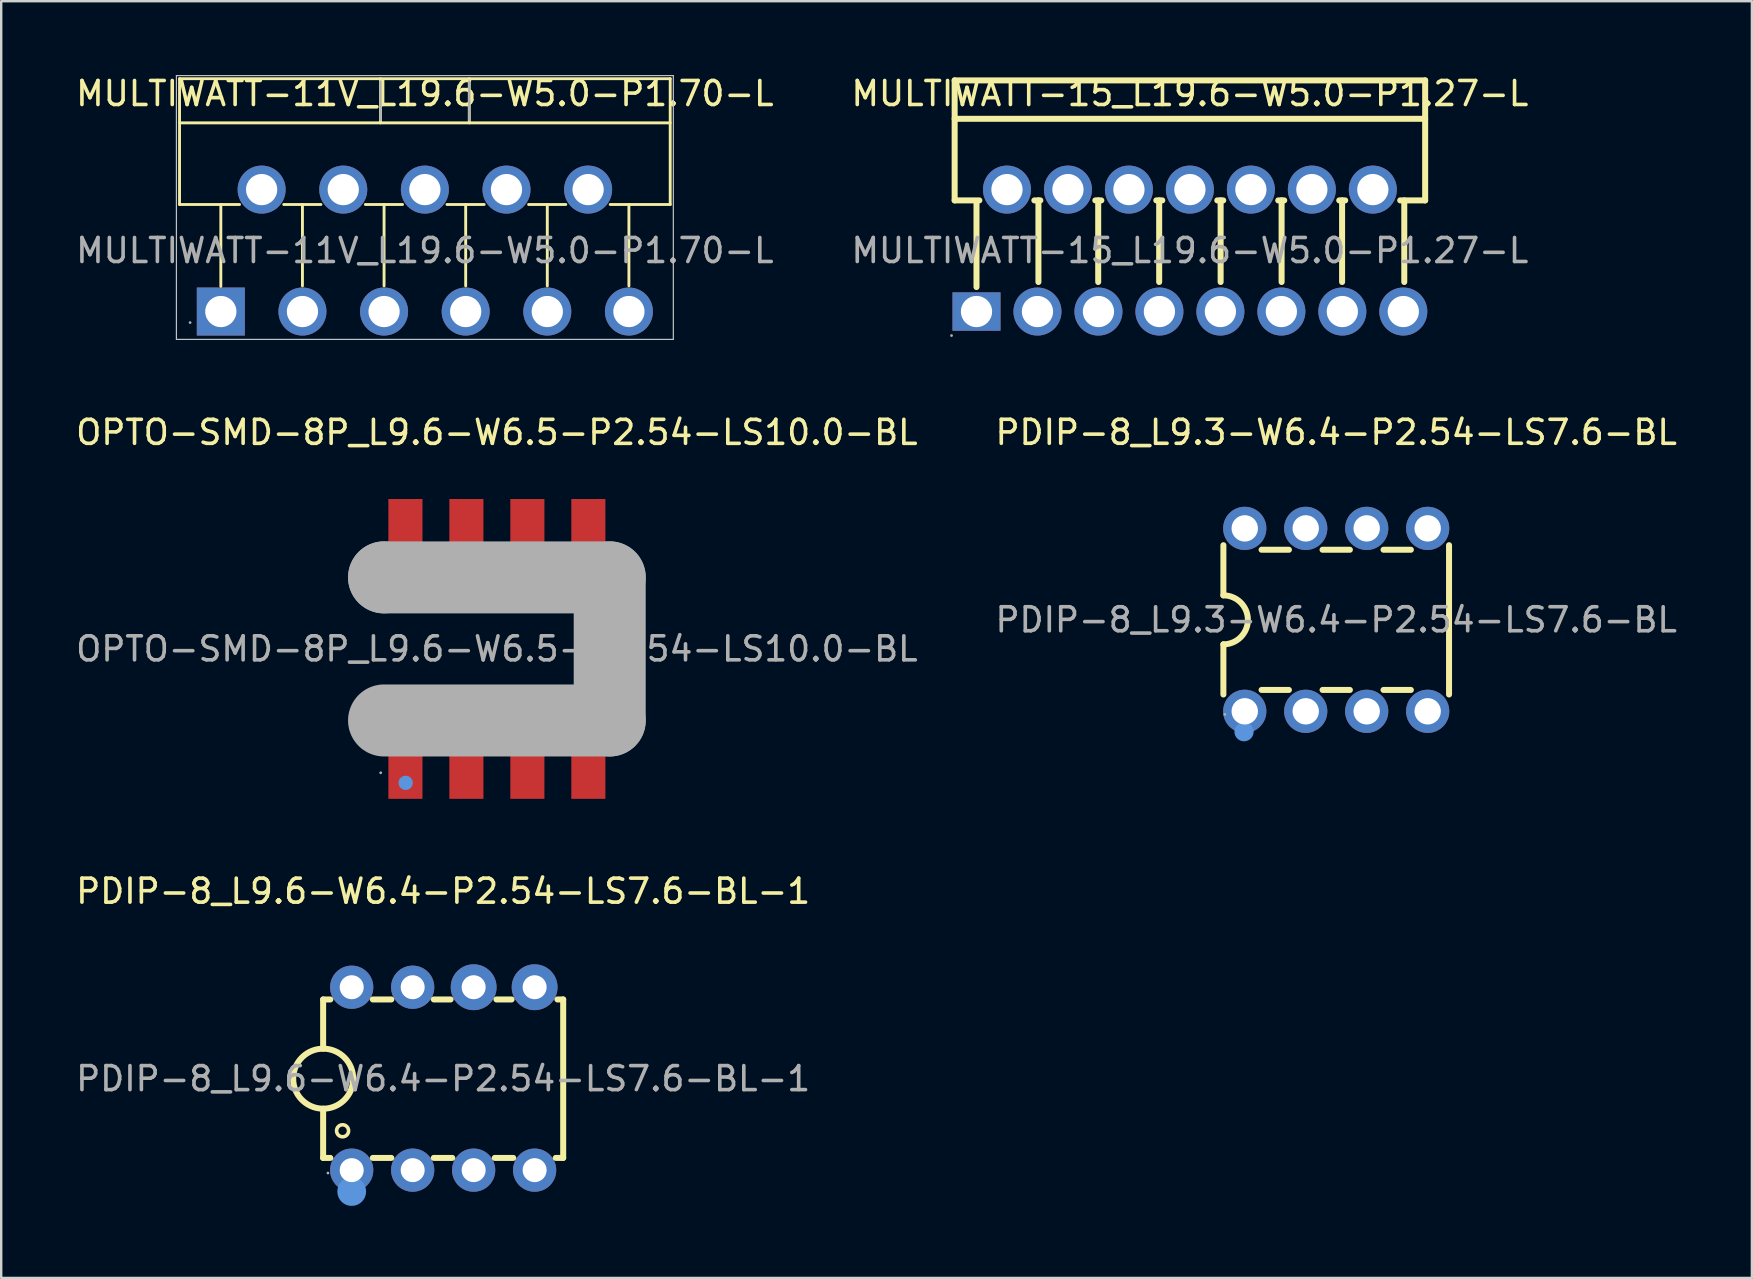
<source format=kicad_pcb>
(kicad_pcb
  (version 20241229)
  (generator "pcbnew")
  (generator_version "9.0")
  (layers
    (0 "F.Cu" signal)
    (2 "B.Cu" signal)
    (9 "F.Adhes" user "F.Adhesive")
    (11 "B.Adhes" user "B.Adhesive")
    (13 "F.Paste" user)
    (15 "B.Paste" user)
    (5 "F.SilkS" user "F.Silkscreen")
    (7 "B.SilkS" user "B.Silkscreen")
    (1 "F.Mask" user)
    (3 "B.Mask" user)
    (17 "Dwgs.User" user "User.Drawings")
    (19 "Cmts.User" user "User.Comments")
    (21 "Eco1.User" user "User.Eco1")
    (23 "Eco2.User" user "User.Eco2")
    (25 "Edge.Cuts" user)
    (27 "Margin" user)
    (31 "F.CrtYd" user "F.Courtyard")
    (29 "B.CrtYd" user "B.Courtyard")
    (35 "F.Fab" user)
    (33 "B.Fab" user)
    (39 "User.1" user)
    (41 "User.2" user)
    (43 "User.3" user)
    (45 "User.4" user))
  (footprint "OPTO-SMD-8P_L9.6-W6.5-P2.54-LS10.0-BL"
    (layer "F.Cu")
    (at 17.649 23.982)
    (property "Reference" "OPTO-SMD-8P_L9.6-W6.5-P2.54-LS10.0-BL" (at 0 -9.02 0) (layer "F.SilkS") (effects (font (size 1 1) (thickness 0.15))))
    (attr through_hole)
    (fp_circle (center -4.96 3.49) (end -4.81 3.49) (stroke (width 0.3) (type solid)) (fill no) (layer "F.SilkS"))
    (fp_circle (center -3.8 5.58) (end -3.65 5.58) (stroke (width 0.3) (type solid)) (fill no) (layer "Cmts.User"))
    (fp_line (start -4.7 -2.98) (end -4.7 -2.98) (stroke (width 3) (type solid)) (layer "F.Fab"))
    (fp_line (start -4.7 -2.98) (end 4.7 -2.98) (stroke (width 3) (type solid)) (layer "F.Fab"))
    (fp_line (start 4.7 -2.98) (end 4.7 2.98) (stroke (width 3) (type solid)) (layer "F.Fab"))
    (fp_line (start 4.7 2.98) (end -4.7 2.98) (stroke (width 3) (type solid)) (layer "F.Fab"))
    (fp_circle (center -4.84 5.16) (end -4.81 5.16) (stroke (width 0.06) (type solid)) (fill no) (layer "F.Fab"))
    (fp_text user "${REFERENCE}" (at 0 0 0) (layer "F.Fab") (effects (font (size 1 1) (thickness 0.15))))
    (pad "1" smd rect (at -3.81 5.02) (size 1.42 2.45) (layers "F.Cu" "F.Mask" "F.Paste"))
    (pad "2" smd rect (at -1.27 5.02) (size 1.42 2.45) (layers "F.Cu" "F.Mask" "F.Paste"))
    (pad "3" smd rect (at 1.27 5.02) (size 1.42 2.45) (layers "F.Cu" "F.Mask" "F.Paste"))
    (pad "4" smd rect (at 3.81 5.02) (size 1.42 2.45) (layers "F.Cu" "F.Mask" "F.Paste"))
    (pad "5" smd rect (at 3.81 -5.02) (size 1.42 2.45) (layers "F.Cu" "F.Mask" "F.Paste"))
    (pad "6" smd rect (at 1.27 -5.02) (size 1.42 2.45) (layers "F.Cu" "F.Mask" "F.Paste"))
    (pad "7" smd rect (at -1.27 -5.02) (size 1.42 2.45) (layers "F.Cu" "F.Mask" "F.Paste"))
    (pad "8" smd rect (at -3.81 -5.02) (size 1.42 2.45) (layers "F.Cu" "F.Mask" "F.Paste")))
  (footprint "MULTIWATT-15_L19.6-W5.0-P1.27-L"
    (layer "F.Cu")
    (at 46.518 7.388)
    (property "Reference" "MULTIWATT-15_L19.6-W5.0-P1.27-L" (at 0 -6.54 0) (layer "F.SilkS") (effects (font (size 1 1) (thickness 0.15))))
    (attr through_hole)
    (fp_line (start -9.8 -7.09) (end 9.8 -7.09) (stroke (width 0.25) (type solid)) (layer "F.SilkS"))
    (fp_line (start -9.8 -5.49) (end 9.8 -5.49) (stroke (width 0.25) (type solid)) (layer "F.SilkS"))
    (fp_line (start -9.8 -2.09) (end -9.8 -7.09) (stroke (width 0.25) (type solid)) (layer "F.SilkS"))
    (fp_line (start -8.89 1.52) (end -8.89 -1.96) (stroke (width 0.25) (type solid)) (layer "F.SilkS"))
    (fp_line (start -8.77 -2.09) (end -9.8 -2.09) (stroke (width 0.25) (type solid)) (layer "F.SilkS"))
    (fp_line (start -6.31 -2.09) (end -6.31 1.31) (stroke (width 0.25) (type solid)) (layer "F.SilkS"))
    (fp_line (start -6.23 -2.09) (end -6.48 -2.09) (stroke (width 0.25) (type solid)) (layer "F.SilkS"))
    (fp_line (start -3.82 -2.09) (end -3.82 1.31) (stroke (width 0.25) (type solid)) (layer "F.SilkS"))
    (fp_line (start -3.69 -2.09) (end -3.94 -2.09) (stroke (width 0.25) (type solid)) (layer "F.SilkS"))
    (fp_line (start -1.28 -2.09) (end -1.28 1.31) (stroke (width 0.25) (type solid)) (layer "F.SilkS"))
    (fp_line (start -1.15 -2.09) (end -1.4 -2.09) (stroke (width 0.25) (type solid)) (layer "F.SilkS"))
    (fp_line (start 1.28 -2.09) (end 1.28 1.31) (stroke (width 0.25) (type solid)) (layer "F.SilkS"))
    (fp_line (start 1.39 -2.09) (end 1.14 -2.09) (stroke (width 0.25) (type solid)) (layer "F.SilkS"))
    (fp_line (start 3.82 -2.09) (end 3.82 1.31) (stroke (width 0.25) (type solid)) (layer "F.SilkS"))
    (fp_line (start 3.93 -2.09) (end 3.68 -2.09) (stroke (width 0.25) (type solid)) (layer "F.SilkS"))
    (fp_line (start 6.34 -2.09) (end 6.34 1.31) (stroke (width 0.25) (type solid)) (layer "F.SilkS"))
    (fp_line (start 6.47 -2.09) (end 6.22 -2.09) (stroke (width 0.25) (type solid)) (layer "F.SilkS"))
    (fp_line (start 8.93 -2.09) (end 8.93 1.31) (stroke (width 0.25) (type solid)) (layer "F.SilkS"))
    (fp_line (start 9.8 -7.09) (end 9.8 -2.09) (stroke (width 0.25) (type solid)) (layer "F.SilkS"))
    (fp_line (start 9.8 -2.09) (end 8.76 -2.09) (stroke (width 0.25) (type solid)) (layer "F.SilkS"))
    (fp_circle (center -9.93 3.54) (end -9.9 3.54) (stroke (width 0.06) (type solid)) (fill no) (layer "F.Fab"))
    (fp_circle (center -8.89 2.54) (end -8.61 2.54) (stroke (width 0.55) (type solid)) (fill no) (layer "F.Fab"))
    (fp_circle (center -7.62 -2.54) (end -7.34 -2.54) (stroke (width 0.55) (type solid)) (fill no) (layer "F.Fab"))
    (fp_circle (center -6.35 2.54) (end -6.07 2.54) (stroke (width 0.55) (type solid)) (fill no) (layer "F.Fab"))
    (fp_circle (center -5.08 -2.54) (end -4.8 -2.54) (stroke (width 0.55) (type solid)) (fill no) (layer "F.Fab"))
    (fp_circle (center -3.81 2.54) (end -3.53 2.54) (stroke (width 0.55) (type solid)) (fill no) (layer "F.Fab"))
    (fp_circle (center -2.54 -2.54) (end -2.26 -2.54) (stroke (width 0.55) (type solid)) (fill no) (layer "F.Fab"))
    (fp_circle (center -1.27 2.54) (end -0.99 2.54) (stroke (width 0.55) (type solid)) (fill no) (layer "F.Fab"))
    (fp_circle (center 0 -2.54) (end 0.28 -2.54) (stroke (width 0.55) (type solid)) (fill no) (layer "F.Fab"))
    (fp_circle (center 1.27 2.54) (end 1.55 2.54) (stroke (width 0.55) (type solid)) (fill no) (layer "F.Fab"))
    (fp_circle (center 2.54 -2.54) (end 2.82 -2.54) (stroke (width 0.55) (type solid)) (fill no) (layer "F.Fab"))
    (fp_circle (center 3.81 2.54) (end 4.09 2.54) (stroke (width 0.55) (type solid)) (fill no) (layer "F.Fab"))
    (fp_circle (center 5.08 -2.54) (end 5.36 -2.54) (stroke (width 0.55) (type solid)) (fill no) (layer "F.Fab"))
    (fp_circle (center 6.35 2.54) (end 6.63 2.54) (stroke (width 0.55) (type solid)) (fill no) (layer "F.Fab"))
    (fp_circle (center 7.62 -2.54) (end 7.9 -2.54) (stroke (width 0.55) (type solid)) (fill no) (layer "F.Fab"))
    (fp_circle (center 8.89 2.54) (end 9.17 2.54) (stroke (width 0.55) (type solid)) (fill no) (layer "F.Fab"))
    (fp_text user "${REFERENCE}" (at 0 0 0) (layer "F.Fab") (effects (font (size 1 1) (thickness 0.15))))
    (pad "1" thru_hole rect (at -8.89 2.54) (size 2 1.6) (drill 1.3) (layers "*.Cu" "*.Paste" "*.Mask"))
    (pad "2" thru_hole circle (at -7.62 -2.54) (size 2 2) (drill 1.3) (layers "*.Cu" "*.Paste" "*.Mask"))
    (pad "3" thru_hole circle (at -6.35 2.54) (size 2 2) (drill 1.3) (layers "*.Cu" "*.Paste" "*.Mask"))
    (pad "4" thru_hole circle (at -5.08 -2.54) (size 2 2) (drill 1.3) (layers "*.Cu" "*.Paste" "*.Mask"))
    (pad "5" thru_hole circle (at -3.81 2.54) (size 2 2) (drill 1.3) (layers "*.Cu" "*.Paste" "*.Mask"))
    (pad "6" thru_hole circle (at -2.54 -2.54) (size 2 2) (drill 1.3) (layers "*.Cu" "*.Paste" "*.Mask"))
    (pad "7" thru_hole circle (at -1.27 2.54) (size 2 2) (drill 1.3) (layers "*.Cu" "*.Paste" "*.Mask"))
    (pad "8" thru_hole circle (at 0 -2.54) (size 2 2) (drill 1.3) (layers "*.Cu" "*.Paste" "*.Mask"))
    (pad "9" thru_hole circle (at 1.27 2.54) (size 2 2) (drill 1.3) (layers "*.Cu" "*.Paste" "*.Mask"))
    (pad "10" thru_hole circle (at 2.54 -2.54) (size 2 2) (drill 1.3) (layers "*.Cu" "*.Paste" "*.Mask"))
    (pad "11" thru_hole circle (at 3.81 2.54) (size 2 2) (drill 1.3) (layers "*.Cu" "*.Paste" "*.Mask"))
    (pad "12" thru_hole circle (at 5.08 -2.54) (size 2 2) (drill 1.3) (layers "*.Cu" "*.Paste" "*.Mask"))
    (pad "13" thru_hole circle (at 6.35 2.54) (size 2 2) (drill 1.3) (layers "*.Cu" "*.Paste" "*.Mask"))
    (pad "14" thru_hole circle (at 7.62 -2.54) (size 2 2) (drill 1.3) (layers "*.Cu" "*.Paste" "*.Mask"))
    (pad "15" thru_hole circle (at 8.89 2.54) (size 2 2) (drill 1.3) (layers "*.Cu" "*.Paste" "*.Mask")))
  (footprint "PDIP-8_L9.3-W6.4-P2.54-LS7.6-BL"
    (layer "F.Cu")
    (at 52.613 22.771)
    (property "Reference" "PDIP-8_L9.3-W6.4-P2.54-LS7.6-BL" (at 0 -7.81 0) (layer "F.SilkS") (effects (font (size 1 1) (thickness 0.15))))
    (attr through_hole)
    (fp_line (start -4.7 -1.02) (end -4.7 -3.11) (stroke (width 0.25) (type solid)) (layer "F.SilkS"))
    (fp_line (start -4.7 1.02) (end -4.7 3.11) (stroke (width 0.25) (type solid)) (layer "F.SilkS"))
    (fp_line (start -3.11 -2.92) (end -1.97 -2.92) (stroke (width 0.25) (type solid)) (layer "F.SilkS"))
    (fp_line (start -3.11 2.92) (end -1.97 2.92) (stroke (width 0.25) (type solid)) (layer "F.SilkS"))
    (fp_line (start -0.57 -2.92) (end 0.57 -2.92) (stroke (width 0.25) (type solid)) (layer "F.SilkS"))
    (fp_line (start -0.57 2.92) (end 0.57 2.92) (stroke (width 0.25) (type solid)) (layer "F.SilkS"))
    (fp_line (start 1.97 -2.92) (end 3.11 -2.92) (stroke (width 0.25) (type solid)) (layer "F.SilkS"))
    (fp_line (start 1.97 2.92) (end 3.11 2.92) (stroke (width 0.25) (type solid)) (layer "F.SilkS"))
    (fp_line (start 4.7 -3.11) (end 4.7 3.11) (stroke (width 0.25) (type solid)) (layer "F.SilkS"))
    (fp_arc (start -4.7 -1.02) (mid -3.68 0) (end -4.7 1.02) (stroke (width 0.25) (type solid)) (layer "F.SilkS"))
    (fp_circle (center -3.84 4.66) (end -3.64 4.66) (stroke (width 0.4) (type solid)) (fill no) (layer "Cmts.User"))
    (fp_circle (center -4.64 3.94) (end -4.61 3.94) (stroke (width 0.06) (type solid)) (fill no) (layer "F.Fab"))
    (fp_circle (center -3.81 -3.67) (end -3.68 -3.67) (stroke (width 0.26) (type solid)) (fill no) (layer "F.Fab"))
    (fp_circle (center -3.81 3.68) (end -3.68 3.68) (stroke (width 0.26) (type solid)) (fill no) (layer "F.Fab"))
    (fp_circle (center -1.27 -3.67) (end -1.14 -3.67) (stroke (width 0.26) (type solid)) (fill no) (layer "F.Fab"))
    (fp_circle (center -1.27 3.68) (end -1.14 3.68) (stroke (width 0.26) (type solid)) (fill no) (layer "F.Fab"))
    (fp_circle (center 1.27 -3.67) (end 1.4 -3.67) (stroke (width 0.26) (type solid)) (fill no) (layer "F.Fab"))
    (fp_circle (center 1.27 3.68) (end 1.4 3.68) (stroke (width 0.26) (type solid)) (fill no) (layer "F.Fab"))
    (fp_circle (center 3.81 -3.67) (end 3.94 -3.67) (stroke (width 0.26) (type solid)) (fill no) (layer "F.Fab"))
    (fp_circle (center 3.81 3.68) (end 3.94 3.68) (stroke (width 0.26) (type solid)) (fill no) (layer "F.Fab"))
    (fp_text user "${REFERENCE}" (at 0 0 0) (layer "F.Fab") (effects (font (size 1 1) (thickness 0.15))))
    (pad "1" thru_hole circle (at -3.81 3.81 90) (size 1.8 1.8) (drill 1.1) (layers "*.Cu" "*.Paste" "*.Mask"))
    (pad "2" thru_hole circle (at -1.27 3.81 90) (size 1.8 1.8) (drill 1.1) (layers "*.Cu" "*.Paste" "*.Mask"))
    (pad "3" thru_hole circle (at 1.27 3.81 90) (size 1.8 1.8) (drill 1.1) (layers "*.Cu" "*.Paste" "*.Mask"))
    (pad "4" thru_hole circle (at 3.81 3.81 90) (size 1.8 1.8) (drill 1.1) (layers "*.Cu" "*.Paste" "*.Mask"))
    (pad "5" thru_hole circle (at 3.81 -3.81 90) (size 1.8 1.8) (drill 1.1) (layers "*.Cu" "*.Paste" "*.Mask"))
    (pad "6" thru_hole circle (at 1.27 -3.81 90) (size 1.8 1.8) (drill 1.1) (layers "*.Cu" "*.Paste" "*.Mask"))
    (pad "7" thru_hole circle (at -1.27 -3.81 90) (size 1.8 1.8) (drill 1.1) (layers "*.Cu" "*.Paste" "*.Mask"))
    (pad "8" thru_hole circle (at -3.81 -3.81 90) (size 1.8 1.8) (drill 1.1) (layers "*.Cu" "*.Paste" "*.Mask")))
  (footprint "PDIP-8_L9.6-W6.4-P2.54-LS7.6-BL-1"
    (layer "F.Cu")
    (at 15.411 41.885)
    (property "Reference" "PDIP-8_L9.6-W6.4-P2.54-LS7.6-BL-1" (at 0 -7.81 0) (layer "F.SilkS") (effects (font (size 1 1) (thickness 0.15))))
    (attr through_hole)
    (fp_line (start -5 -3.3) (end -5 -1.25) (stroke (width 0.25) (type solid)) (layer "F.SilkS"))
    (fp_line (start -5 -3.3) (end -4.7 -3.3) (stroke (width 0.25) (type solid)) (layer "F.SilkS"))
    (fp_line (start -5 3.3) (end -5 1.25) (stroke (width 0.25) (type solid)) (layer "F.SilkS"))
    (fp_line (start -5 3.3) (end -4.7 3.3) (stroke (width 0.25) (type solid)) (layer "F.SilkS"))
    (fp_line (start -2.93 -3.3) (end -2.16 -3.3) (stroke (width 0.25) (type solid)) (layer "F.SilkS"))
    (fp_line (start -2.93 3.3) (end -2.16 3.3) (stroke (width 0.25) (type solid)) (layer "F.SilkS"))
    (fp_line (start -0.39 -3.3) (end 0.31 -3.3) (stroke (width 0.25) (type solid)) (layer "F.SilkS"))
    (fp_line (start -0.39 3.3) (end 0.38 3.3) (stroke (width 0.25) (type solid)) (layer "F.SilkS"))
    (fp_line (start 2.15 3.3) (end 2.92 3.3) (stroke (width 0.25) (type solid)) (layer "F.SilkS"))
    (fp_line (start 2.22 -3.3) (end 2.85 -3.3) (stroke (width 0.25) (type solid)) (layer "F.SilkS"))
    (fp_line (start 4.69 3.3) (end 5 3.3) (stroke (width 0.25) (type solid)) (layer "F.SilkS"))
    (fp_line (start 4.76 -3.3) (end 5 -3.3) (stroke (width 0.25) (type solid)) (layer "F.SilkS"))
    (fp_line (start 5 -3.3) (end 5 3.3) (stroke (width 0.25) (type solid)) (layer "F.SilkS"))
    (fp_arc (start -5.031814 1.249635) (mid -4.979092 -1.249865) (end -5.01 1.25) (stroke (width 0.25) (type solid)) (layer "F.SilkS"))
    (fp_arc (start -3.94 2.17) (mid -4.43995 2.174996) (end -3.9402 2.160011) (stroke (width 0.15) (type solid)) (layer "F.SilkS"))
    (fp_circle (center -3.81 4.7) (end -3.51 4.7) (stroke (width 0.6) (type solid)) (fill no) (layer "Cmts.User"))
    (fp_circle (center -4.8 3.93) (end -4.77 3.93) (stroke (width 0.06) (type solid)) (fill no) (layer "F.Fab"))
    (fp_text user "${REFERENCE}" (at 0 0 0) (layer "F.Fab") (effects (font (size 1 1) (thickness 0.15))))
    (pad "1" thru_hole circle (at -3.81 3.81) (size 1.8 1.8) (drill 1) (layers "*.Cu" "*.Paste" "*.Mask"))
    (pad "2" thru_hole circle (at -1.27 3.81) (size 1.8 1.8) (drill 1) (layers "*.Cu" "*.Paste" "*.Mask"))
    (pad "3" thru_hole circle (at 1.27 3.81) (size 1.8 1.8) (drill 1) (layers "*.Cu" "*.Paste" "*.Mask"))
    (pad "4" thru_hole circle (at 3.81 3.81) (size 1.8 1.8) (drill 1) (layers "*.Cu" "*.Paste" "*.Mask"))
    (pad "5" thru_hole circle (at 3.81 -3.81) (size 1.91 1.91) (drill 1) (layers "*.Cu" "*.Paste" "*.Mask"))
    (pad "6" thru_hole circle (at 1.27 -3.81) (size 1.91 1.91) (drill 1) (layers "*.Cu" "*.Paste" "*.Mask"))
    (pad "7" thru_hole circle (at -1.27 -3.81) (size 1.8 1.8) (drill 1) (layers "*.Cu" "*.Paste" "*.Mask"))
    (pad "8" thru_hole circle (at -3.81 -3.81) (size 1.8 1.8) (drill 1) (layers "*.Cu" "*.Paste" "*.Mask")))
  (footprint "MULTIWATT-11V_L19.6-W5.0-P1.70-L"
    (layer "F.Cu")
    (at 14.649 7.388)
    (property "Reference" "MULTIWATT-11V_L19.6-W5.0-P1.70-L" (at 0 -6.54 0) (layer "F.SilkS") (effects (font (size 1 1) (thickness 0.15))))
    (attr through_hole)
    (fp_line (start -10.22 -7.16) (end 10.22 -7.16) (stroke (width 0.12) (type solid)) (layer "F.SilkS"))
    (fp_line (start -10.22 -5.32) (end 10.22 -5.32) (stroke (width 0.12) (type solid)) (layer "F.SilkS"))
    (fp_line (start -10.22 -1.92) (end -10.22 -7.16) (stroke (width 0.12) (type solid)) (layer "F.SilkS"))
    (fp_line (start -8.5 -1.92) (end -8.5 1.49) (stroke (width 0.12) (type solid)) (layer "F.SilkS"))
    (fp_line (start -7.72 -1.92) (end -10.22 -1.92) (stroke (width 0.12) (type solid)) (layer "F.SilkS"))
    (fp_line (start -5.88 -1.92) (end -4.33 -1.92) (stroke (width 0.12) (type solid)) (layer "F.SilkS"))
    (fp_line (start -5.1 -1.92) (end -5.1 1.47) (stroke (width 0.12) (type solid)) (layer "F.SilkS"))
    (fp_line (start -2.48 -1.92) (end -0.93 -1.92) (stroke (width 0.12) (type solid)) (layer "F.SilkS"))
    (fp_line (start -1.85 -7.16) (end -1.85 -5.32) (stroke (width 0.12) (type solid)) (layer "F.SilkS"))
    (fp_line (start -1.7 -1.92) (end -1.7 1.47) (stroke (width 0.12) (type solid)) (layer "F.SilkS"))
    (fp_line (start 0.92 -1.92) (end 2.47 -1.92) (stroke (width 0.12) (type solid)) (layer "F.SilkS"))
    (fp_line (start 1.7 -1.92) (end 1.7 1.47) (stroke (width 0.12) (type solid)) (layer "F.SilkS"))
    (fp_line (start 1.85 -7.16) (end 1.85 -5.32) (stroke (width 0.12) (type solid)) (layer "F.SilkS"))
    (fp_line (start 4.32 -1.92) (end 5.87 -1.92) (stroke (width 0.12) (type solid)) (layer "F.SilkS"))
    (fp_line (start 5.1 -1.92) (end 5.1 1.47) (stroke (width 0.12) (type solid)) (layer "F.SilkS"))
    (fp_line (start 8.5 -1.92) (end 8.5 1.47) (stroke (width 0.12) (type solid)) (layer "F.SilkS"))
    (fp_line (start 10.22 -7.16) (end 10.22 -1.92) (stroke (width 0.12) (type solid)) (layer "F.SilkS"))
    (fp_line (start 10.22 -1.92) (end 7.72 -1.92) (stroke (width 0.12) (type solid)) (layer "F.SilkS"))
    (fp_line (start -10.35 -7.29) (end -10.35 3.7) (stroke (width 0.05) (type solid)) (layer "Dwgs.User"))
    (fp_line (start -10.35 3.7) (end 10.35 3.7) (stroke (width 0.05) (type solid)) (layer "Dwgs.User"))
    (fp_line (start 10.35 -7.29) (end -10.35 -7.29) (stroke (width 0.05) (type solid)) (layer "Dwgs.User"))
    (fp_line (start 10.35 3.7) (end 10.35 -7.29) (stroke (width 0.05) (type solid)) (layer "Dwgs.User"))
    (fp_line (start -1.85 -7.04) (end -1.85 -5.44) (stroke (width 0.1) (type solid)) (layer "F.Fab"))
    (fp_line (start 1.85 -7.04) (end 1.85 -5.44) (stroke (width 0.1) (type solid)) (layer "F.Fab"))
    (fp_circle (center -9.78 3) (end -9.75 3) (stroke (width 0.06) (type solid)) (fill no) (layer "F.Fab"))
    (fp_circle (center -8.5 2.54) (end -8.27 2.54) (stroke (width 0.46) (type solid)) (fill no) (layer "F.Fab"))
    (fp_circle (center -6.8 -2.54) (end -6.57 -2.54) (stroke (width 0.46) (type solid)) (fill no) (layer "F.Fab"))
    (fp_circle (center -5.1 2.54) (end -4.87 2.54) (stroke (width 0.46) (type solid)) (fill no) (layer "F.Fab"))
    (fp_circle (center -3.4 -2.54) (end -3.17 -2.54) (stroke (width 0.46) (type solid)) (fill no) (layer "F.Fab"))
    (fp_circle (center -1.7 2.54) (end -1.47 2.54) (stroke (width 0.46) (type solid)) (fill no) (layer "F.Fab"))
    (fp_circle (center 0 -2.54) (end 0.23 -2.54) (stroke (width 0.46) (type solid)) (fill no) (layer "F.Fab"))
    (fp_circle (center 1.7 2.54) (end 1.93 2.54) (stroke (width 0.46) (type solid)) (fill no) (layer "F.Fab"))
    (fp_circle (center 3.4 -2.54) (end 3.63 -2.54) (stroke (width 0.46) (type solid)) (fill no) (layer "F.Fab"))
    (fp_circle (center 5.1 2.54) (end 5.33 2.54) (stroke (width 0.46) (type solid)) (fill no) (layer "F.Fab"))
    (fp_circle (center 6.8 -2.54) (end 7.03 -2.54) (stroke (width 0.46) (type solid)) (fill no) (layer "F.Fab"))
    (fp_circle (center 8.5 2.54) (end 8.73 2.54) (stroke (width 0.46) (type solid)) (fill no) (layer "F.Fab"))
    (fp_text user "${REFERENCE}" (at 0 0 0) (layer "F.Fab") (effects (font (size 1 1) (thickness 0.15))))
    (pad "1" thru_hole rect (at -8.5 2.54) (size 2 2) (drill 1.3) (layers "*.Cu" "*.Paste" "*.Mask"))
    (pad "2" thru_hole circle (at -6.8 -2.54) (size 2 2) (drill 1.3) (layers "*.Cu" "*.Paste" "*.Mask"))
    (pad "3" thru_hole circle (at -5.1 2.54) (size 2 2) (drill 1.3) (layers "*.Cu" "*.Paste" "*.Mask"))
    (pad "4" thru_hole circle (at -3.4 -2.54) (size 2 2) (drill 1.3) (layers "*.Cu" "*.Paste" "*.Mask"))
    (pad "5" thru_hole circle (at -1.7 2.54) (size 2 2) (drill 1.3) (layers "*.Cu" "*.Paste" "*.Mask"))
    (pad "6" thru_hole circle (at 0 -2.54) (size 2 2) (drill 1.3) (layers "*.Cu" "*.Paste" "*.Mask"))
    (pad "7" thru_hole circle (at 1.7 2.54) (size 2 2) (drill 1.3) (layers "*.Cu" "*.Paste" "*.Mask"))
    (pad "8" thru_hole circle (at 3.4 -2.54) (size 2 2) (drill 1.3) (layers "*.Cu" "*.Paste" "*.Mask"))
    (pad "9" thru_hole circle (at 5.1 2.54) (size 2 2) (drill 1.3) (layers "*.Cu" "*.Paste" "*.Mask"))
    (pad "10" thru_hole circle (at 6.8 -2.54) (size 2 2) (drill 1.3) (layers "*.Cu" "*.Paste" "*.Mask"))
    (pad "11" thru_hole circle (at 8.5 2.54) (size 2 2) (drill 1.3) (layers "*.Cu" "*.Paste" "*.Mask")))
  (gr_rect
    (start -3 -3)
    (end 69.929 50.185)
    (stroke (width 0.1) (type default))
    (fill no)
    (layer "Edge.Cuts")))
</source>
